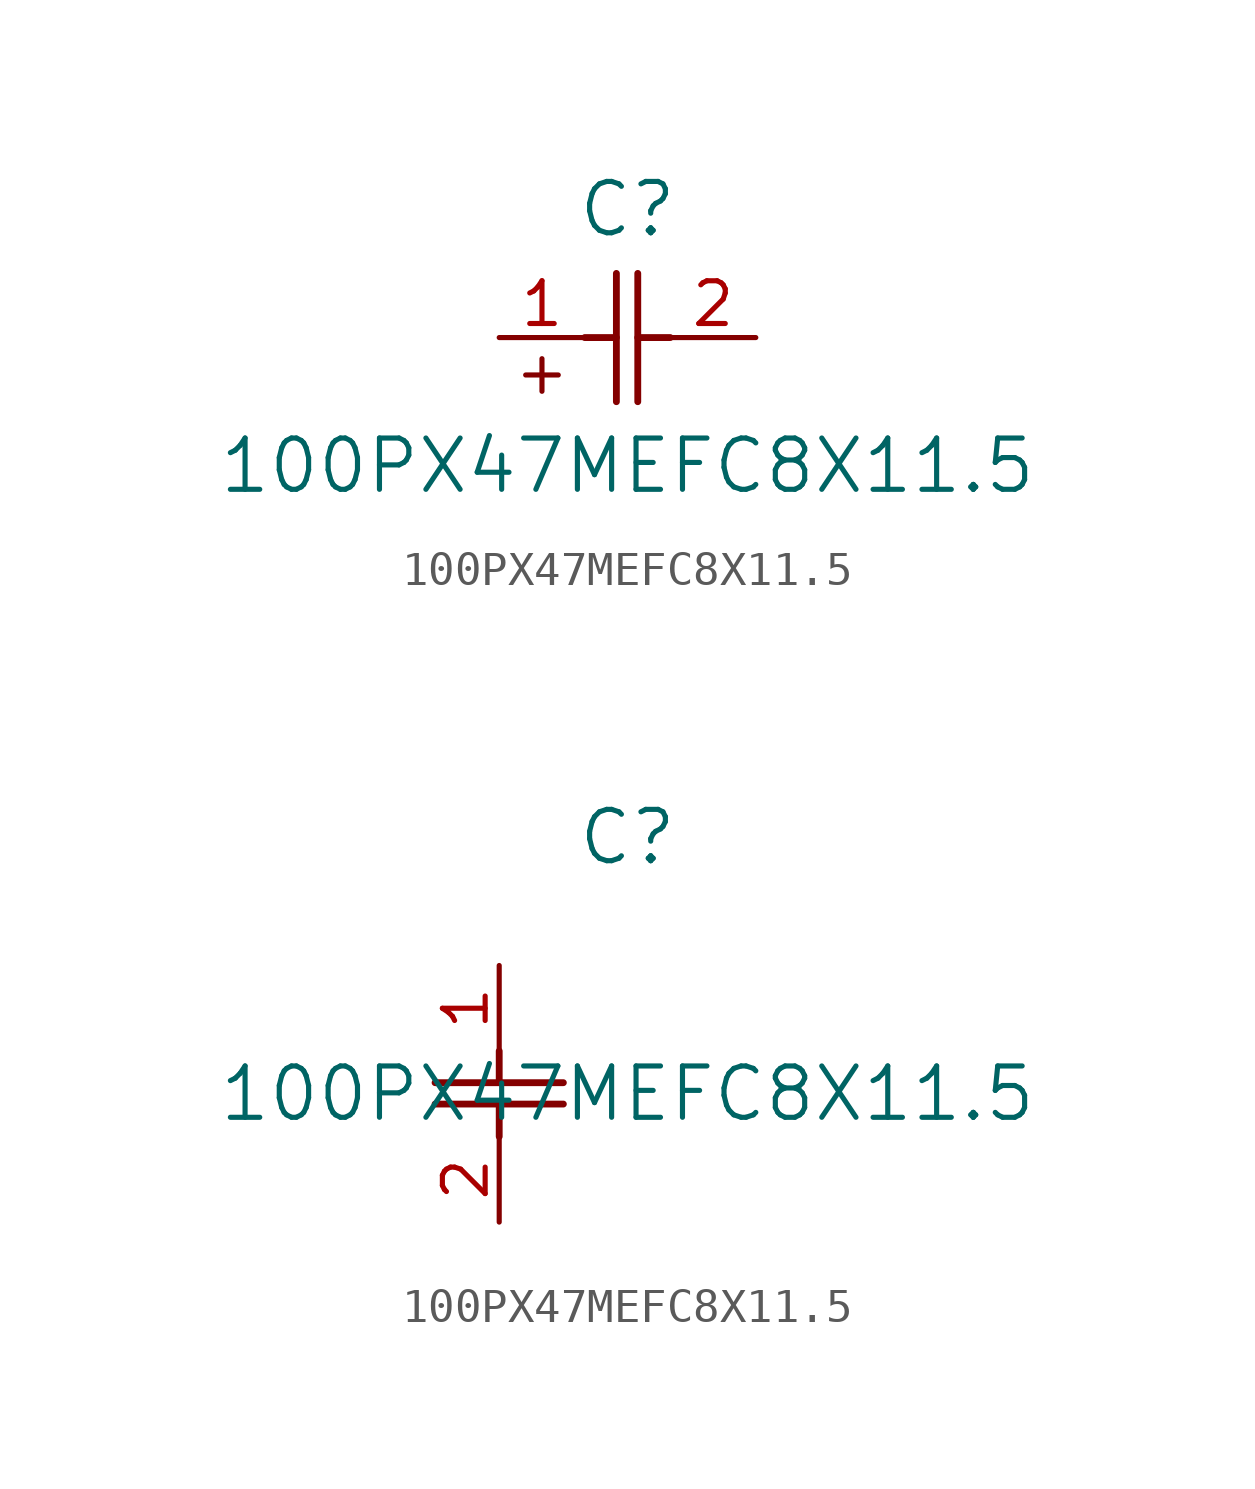
<source format=kicad_sym>
(kicad_symbol_lib
  (version 20231120)
  (generator "kicad_symbol_editor")
  (generator_version "8.0")
  (symbol "100PX47MEFC8X11.5"
    (pin_names
      (offset 0.254))
    (property "Reference" "C"
      (at 3.81 3.81 0)
      (effects (font (size 1.524 1.524))))
    (property "Value" "100PX47MEFC8X11.5"
      (at 3.81 -3.81 0)
      (effects (font (size 1.524 1.524))))
    (symbol "100PX47MEFC8X11.5_1_1"
      (polyline (pts (xy 2.54 0) (xy 3.48 0)) (stroke (width 0.203) (type default)) (fill (type none)))
      (polyline (pts (xy 3.48 -1.905) (xy 3.48 1.905)) (stroke (width 0.203) (type default)) (fill (type none)))
      (polyline (pts (xy 4.115 -1.905) (xy 4.115 1.905)) (stroke (width 0.203) (type default)) (fill (type none)))
      (polyline (pts (xy 4.115 0) (xy 5.08 0)) (stroke (width 0.203) (type default)) (fill (type none)))
      (text "+" (at 1.27 -1.016 0) (effects (font (size 1.27 1.27))))
      (pin passive line (at 0 0 0) (length 2.54) (name "" (effects (font (size 1.27 1.27)))) (number "1" (effects (font (size 1.27 1.27)))))
      (pin passive line (at 7.62 0 180) (length 2.54) (name "" (effects (font (size 1.27 1.27)))) (number "2" (effects (font (size 1.27 1.27))))))
    (symbol "100PX47MEFC8X11.5_1_2"
      (polyline (pts (xy -1.905 -4.115) (xy 1.905 -4.115)) (stroke (width 0.203) (type default)) (fill (type none)))
      (polyline (pts (xy -1.905 -3.48) (xy 1.905 -3.48)) (stroke (width 0.203) (type default)) (fill (type none)))
      (polyline (pts (xy 0 -4.115) (xy 0 -5.08)) (stroke (width 0.203) (type default)) (fill (type none)))
      (polyline (pts (xy 0 -2.54) (xy 0 -3.48)) (stroke (width 0.203) (type default)) (fill (type none)))
      (pin unspecified line (at 0 0 270) (length 2.54) (name "" (effects (font (size 1.27 1.27)))) (number "1" (effects (font (size 1.27 1.27)))))
      (pin unspecified line (at 0 -7.62 90) (length 2.54) (name "" (effects (font (size 1.27 1.27)))) (number "2" (effects (font (size 1.27 1.27))))))))
</source>
